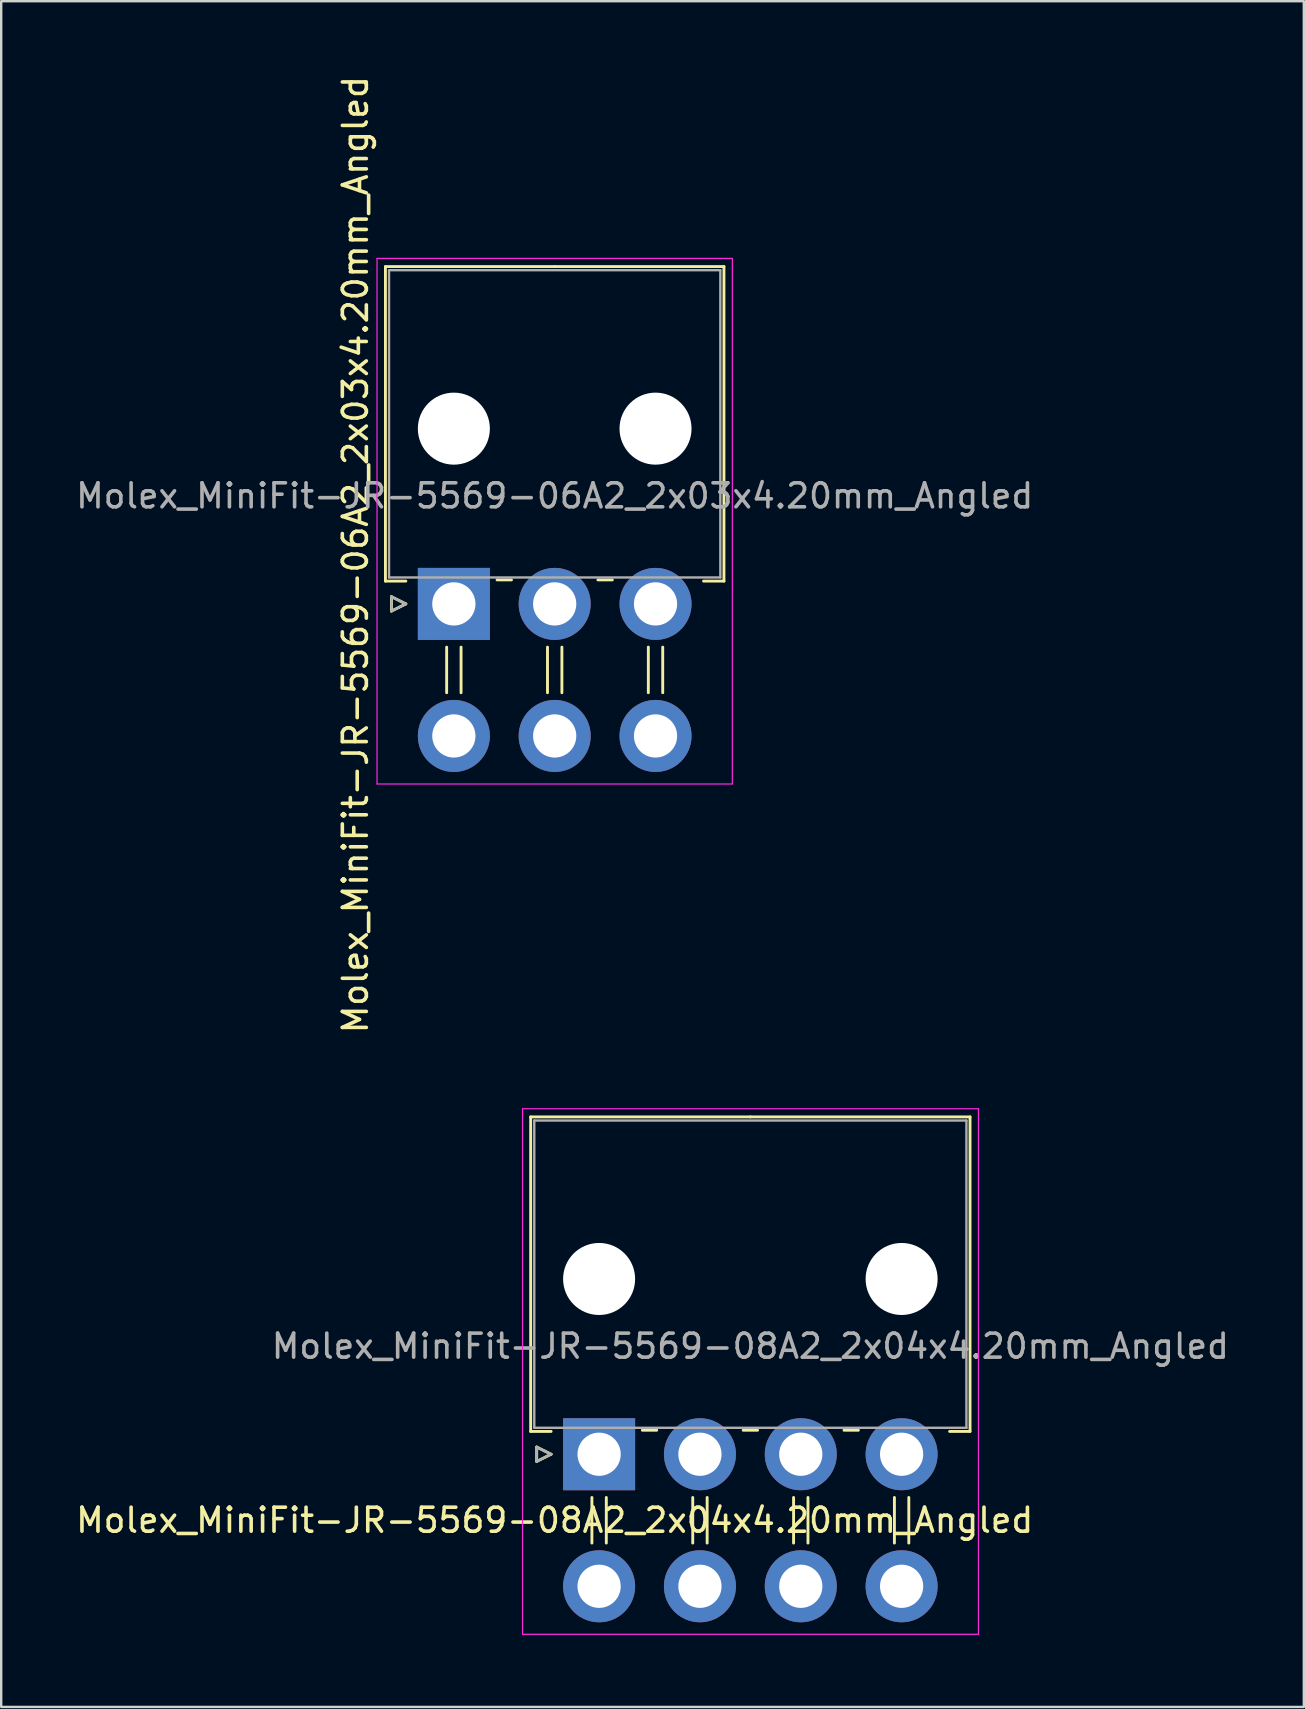
<source format=kicad_pcb>
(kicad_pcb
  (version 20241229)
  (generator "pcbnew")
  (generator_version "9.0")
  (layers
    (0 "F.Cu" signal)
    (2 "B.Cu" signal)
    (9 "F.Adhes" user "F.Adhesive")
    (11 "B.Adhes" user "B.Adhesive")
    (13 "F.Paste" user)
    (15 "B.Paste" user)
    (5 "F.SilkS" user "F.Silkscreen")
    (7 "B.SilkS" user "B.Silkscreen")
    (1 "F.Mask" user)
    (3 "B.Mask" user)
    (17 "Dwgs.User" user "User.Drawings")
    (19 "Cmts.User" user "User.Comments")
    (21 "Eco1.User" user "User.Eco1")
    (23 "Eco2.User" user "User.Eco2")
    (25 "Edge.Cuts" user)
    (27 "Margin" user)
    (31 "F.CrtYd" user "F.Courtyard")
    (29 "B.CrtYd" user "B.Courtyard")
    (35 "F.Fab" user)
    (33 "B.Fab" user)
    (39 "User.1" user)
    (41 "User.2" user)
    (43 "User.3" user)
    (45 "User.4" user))
  (footprint "Molex_MiniFit-JR-5569-06A2_2x03x4.20mm_Angled"
    (placed yes)
    (layer "F.Cu")
    (at 15.854 22.104)
    (property "Reference" "Molex_MiniFit-JR-5569-06A2_2x03x4.20mm_Angled" (at -4.1 -2.05 90) (layer "F.SilkS") (effects (font (size 1 1) (thickness 0.15))))
    (attr through_hole)
    (fp_line (start -2.85 -14.05) (end 4.2 -14.05) (stroke (width 0.12) (type solid)) (layer "F.SilkS"))
    (fp_line (start -2.85 -0.95) (end -2.85 -14.05) (stroke (width 0.12) (type solid)) (layer "F.SilkS"))
    (fp_line (start -2.6 -0.3) (end -2 0) (stroke (width 0.12) (type solid)) (layer "F.SilkS"))
    (fp_line (start -2.6 0.3) (end -2.6 -0.3) (stroke (width 0.12) (type solid)) (layer "F.SilkS"))
    (fp_line (start -2 -0.95) (end -2.85 -0.95) (stroke (width 0.12) (type solid)) (layer "F.SilkS"))
    (fp_line (start -2 0) (end -2.6 0.3) (stroke (width 0.12) (type solid)) (layer "F.SilkS"))
    (fp_line (start -0.3 1.8) (end -0.3 3.7) (stroke (width 0.12) (type solid)) (layer "F.SilkS"))
    (fp_line (start 0.3 1.8) (end 0.3 3.7) (stroke (width 0.12) (type solid)) (layer "F.SilkS"))
    (fp_line (start 1.8 -1) (end 2.4 -1) (stroke (width 0.12) (type solid)) (layer "F.SilkS"))
    (fp_line (start 3.9 1.8) (end 3.9 3.7) (stroke (width 0.12) (type solid)) (layer "F.SilkS"))
    (fp_line (start 4.5 1.8) (end 4.5 3.7) (stroke (width 0.12) (type solid)) (layer "F.SilkS"))
    (fp_line (start 6 -1) (end 6.6 -1) (stroke (width 0.12) (type solid)) (layer "F.SilkS"))
    (fp_line (start 8.1 1.8) (end 8.1 3.7) (stroke (width 0.12) (type solid)) (layer "F.SilkS"))
    (fp_line (start 8.7 1.8) (end 8.7 3.7) (stroke (width 0.12) (type solid)) (layer "F.SilkS"))
    (fp_line (start 10.4 -0.95) (end 11.25 -0.95) (stroke (width 0.12) (type solid)) (layer "F.SilkS"))
    (fp_line (start 11.25 -14.05) (end 4.2 -14.05) (stroke (width 0.12) (type solid)) (layer "F.SilkS"))
    (fp_line (start 11.25 -0.95) (end 11.25 -14.05) (stroke (width 0.12) (type solid)) (layer "F.SilkS"))
    (fp_line (start -3.2 -14.39) (end -3.2 7.5) (stroke (width 0.05) (type solid)) (layer "F.CrtYd"))
    (fp_line (start -3.2 7.5) (end 11.6 7.5) (stroke (width 0.05) (type solid)) (layer "F.CrtYd"))
    (fp_line (start 11.6 -14.39) (end -3.2 -14.39) (stroke (width 0.05) (type solid)) (layer "F.CrtYd"))
    (fp_line (start 11.6 7.5) (end 11.6 -14.39) (stroke (width 0.05) (type solid)) (layer "F.CrtYd"))
    (fp_line (start -2.7 -13.9) (end -2.7 -1.1) (stroke (width 0.1) (type solid)) (layer "F.Fab"))
    (fp_line (start -2.7 -1.1) (end 11.1 -1.1) (stroke (width 0.1) (type solid)) (layer "F.Fab"))
    (fp_line (start -2.6 -0.3) (end -2 0) (stroke (width 0.1) (type solid)) (layer "F.Fab"))
    (fp_line (start -2.6 0.3) (end -2.6 -0.3) (stroke (width 0.1) (type solid)) (layer "F.Fab"))
    (fp_line (start -2 0) (end -2.6 0.3) (stroke (width 0.1) (type solid)) (layer "F.Fab"))
    (fp_line (start 11.1 -13.9) (end -2.7 -13.9) (stroke (width 0.1) (type solid)) (layer "F.Fab"))
    (fp_line (start 11.1 -1.1) (end 11.1 -13.9) (stroke (width 0.1) (type solid)) (layer "F.Fab"))
    (fp_text user "${REFERENCE}" (at 4.2 -4.5 0) (layer "F.Fab") (effects (font (size 1 1) (thickness 0.15))))
    (pad "" np_thru_hole circle (at 0 -7.3) (size 3 3) (drill 3) (layers "*.Cu" "*.Mask"))
    (pad "" np_thru_hole circle (at 8.4 -7.3) (size 3 3) (drill 3) (layers "*.Cu" "*.Mask"))
    (pad "1" thru_hole rect (at 0 0) (size 3 3) (drill 1.8) (layers "*.Cu" "*.Mask"))
    (pad "2" thru_hole circle (at 4.2 0) (size 3 3) (drill 1.8) (layers "*.Cu" "*.Mask"))
    (pad "3" thru_hole circle (at 8.4 0) (size 3 3) (drill 1.8) (layers "*.Cu" "*.Mask"))
    (pad "4" thru_hole circle (at 0 5.5) (size 3 3) (drill 1.8) (layers "*.Cu" "*.Mask"))
    (pad "5" thru_hole circle (at 4.2 5.5) (size 3 3) (drill 1.8) (layers "*.Cu" "*.Mask"))
    (pad "6" thru_hole circle (at 8.4 5.5) (size 3 3) (drill 1.8) (layers "*.Cu" "*.Mask")))
  (footprint "Molex_MiniFit-JR-5569-08A2_2x04x4.20mm_Angled"
    (placed yes)
    (layer "F.Cu")
    (at 21.904 57.522)
    (property "Reference" "Molex_MiniFit-JR-5569-08A2_2x04x4.20mm_Angled" (at -1.85 2.75 0) (layer "F.SilkS") (effects (font (size 1 1) (thickness 0.15))))
    (attr through_hole)
    (fp_line (start -2.85 -14.05) (end 6.3 -14.05) (stroke (width 0.12) (type solid)) (layer "F.SilkS"))
    (fp_line (start -2.85 -0.95) (end -2.85 -14.05) (stroke (width 0.12) (type solid)) (layer "F.SilkS"))
    (fp_line (start -2.6 -0.3) (end -2 0) (stroke (width 0.12) (type solid)) (layer "F.SilkS"))
    (fp_line (start -2.6 0.3) (end -2.6 -0.3) (stroke (width 0.12) (type solid)) (layer "F.SilkS"))
    (fp_line (start -2 -0.95) (end -2.85 -0.95) (stroke (width 0.12) (type solid)) (layer "F.SilkS"))
    (fp_line (start -2 0) (end -2.6 0.3) (stroke (width 0.12) (type solid)) (layer "F.SilkS"))
    (fp_line (start -0.3 1.8) (end -0.3 3.7) (stroke (width 0.12) (type solid)) (layer "F.SilkS"))
    (fp_line (start 0.3 1.8) (end 0.3 3.7) (stroke (width 0.12) (type solid)) (layer "F.SilkS"))
    (fp_line (start 1.8 -1) (end 2.4 -1) (stroke (width 0.12) (type solid)) (layer "F.SilkS"))
    (fp_line (start 3.9 1.8) (end 3.9 3.7) (stroke (width 0.12) (type solid)) (layer "F.SilkS"))
    (fp_line (start 4.5 1.8) (end 4.5 3.7) (stroke (width 0.12) (type solid)) (layer "F.SilkS"))
    (fp_line (start 6 -1) (end 6.6 -1) (stroke (width 0.12) (type solid)) (layer "F.SilkS"))
    (fp_line (start 8.1 1.8) (end 8.1 3.7) (stroke (width 0.12) (type solid)) (layer "F.SilkS"))
    (fp_line (start 8.7 1.8) (end 8.7 3.7) (stroke (width 0.12) (type solid)) (layer "F.SilkS"))
    (fp_line (start 10.2 -1) (end 10.8 -1) (stroke (width 0.12) (type solid)) (layer "F.SilkS"))
    (fp_line (start 12.3 1.8) (end 12.3 3.7) (stroke (width 0.12) (type solid)) (layer "F.SilkS"))
    (fp_line (start 12.9 1.8) (end 12.9 3.7) (stroke (width 0.12) (type solid)) (layer "F.SilkS"))
    (fp_line (start 14.6 -0.95) (end 15.45 -0.95) (stroke (width 0.12) (type solid)) (layer "F.SilkS"))
    (fp_line (start 15.45 -14.05) (end 6.3 -14.05) (stroke (width 0.12) (type solid)) (layer "F.SilkS"))
    (fp_line (start 15.45 -0.95) (end 15.45 -14.05) (stroke (width 0.12) (type solid)) (layer "F.SilkS"))
    (fp_line (start -3.19 -14.39) (end -3.19 7.5) (stroke (width 0.05) (type solid)) (layer "F.CrtYd"))
    (fp_line (start -3.19 7.5) (end 15.8 7.5) (stroke (width 0.05) (type solid)) (layer "F.CrtYd"))
    (fp_line (start 15.8 -14.39) (end -3.19 -14.39) (stroke (width 0.05) (type solid)) (layer "F.CrtYd"))
    (fp_line (start 15.8 7.5) (end 15.8 -14.39) (stroke (width 0.05) (type solid)) (layer "F.CrtYd"))
    (fp_line (start -2.7 -13.9) (end -2.7 -1.1) (stroke (width 0.1) (type solid)) (layer "F.Fab"))
    (fp_line (start -2.7 -1.1) (end 15.3 -1.1) (stroke (width 0.1) (type solid)) (layer "F.Fab"))
    (fp_line (start -2.6 -0.3) (end -2 0) (stroke (width 0.1) (type solid)) (layer "F.Fab"))
    (fp_line (start -2.6 0.3) (end -2.6 -0.3) (stroke (width 0.1) (type solid)) (layer "F.Fab"))
    (fp_line (start -2 0) (end -2.6 0.3) (stroke (width 0.1) (type solid)) (layer "F.Fab"))
    (fp_line (start 15.3 -13.9) (end -2.7 -13.9) (stroke (width 0.1) (type solid)) (layer "F.Fab"))
    (fp_line (start 15.3 -1.1) (end 15.3 -13.9) (stroke (width 0.1) (type solid)) (layer "F.Fab"))
    (fp_text user "${REFERENCE}" (at 6.3 -4.5 0) (layer "F.Fab") (effects (font (size 1 1) (thickness 0.15))))
    (pad "" np_thru_hole circle (at 0 -7.3) (size 3 3) (drill 3) (layers "*.Cu" "*.Mask"))
    (pad "" np_thru_hole circle (at 12.6 -7.3) (size 3 3) (drill 3) (layers "*.Cu" "*.Mask"))
    (pad "1" thru_hole rect (at 0 0) (size 3 3) (drill 1.8) (layers "*.Cu" "*.Mask"))
    (pad "2" thru_hole circle (at 4.2 0) (size 3 3) (drill 1.8) (layers "*.Cu" "*.Mask"))
    (pad "3" thru_hole circle (at 8.4 0) (size 3 3) (drill 1.8) (layers "*.Cu" "*.Mask"))
    (pad "4" thru_hole circle (at 12.6 0) (size 3 3) (drill 1.8) (layers "*.Cu" "*.Mask"))
    (pad "5" thru_hole circle (at 0 5.5) (size 3 3) (drill 1.8) (layers "*.Cu" "*.Mask"))
    (pad "6" thru_hole circle (at 4.2 5.5) (size 3 3) (drill 1.8) (layers "*.Cu" "*.Mask"))
    (pad "7" thru_hole circle (at 8.4 5.5) (size 3 3) (drill 1.8) (layers "*.Cu" "*.Mask"))
    (pad "8" thru_hole circle (at 12.6 5.5) (size 3 3) (drill 1.8) (layers "*.Cu" "*.Mask")))
  (gr_rect
    (start -3 -3)
    (end 51.257 68.047)
    (stroke (width 0.1) (type default))
    (fill no)
    (layer "Edge.Cuts")))
</source>
